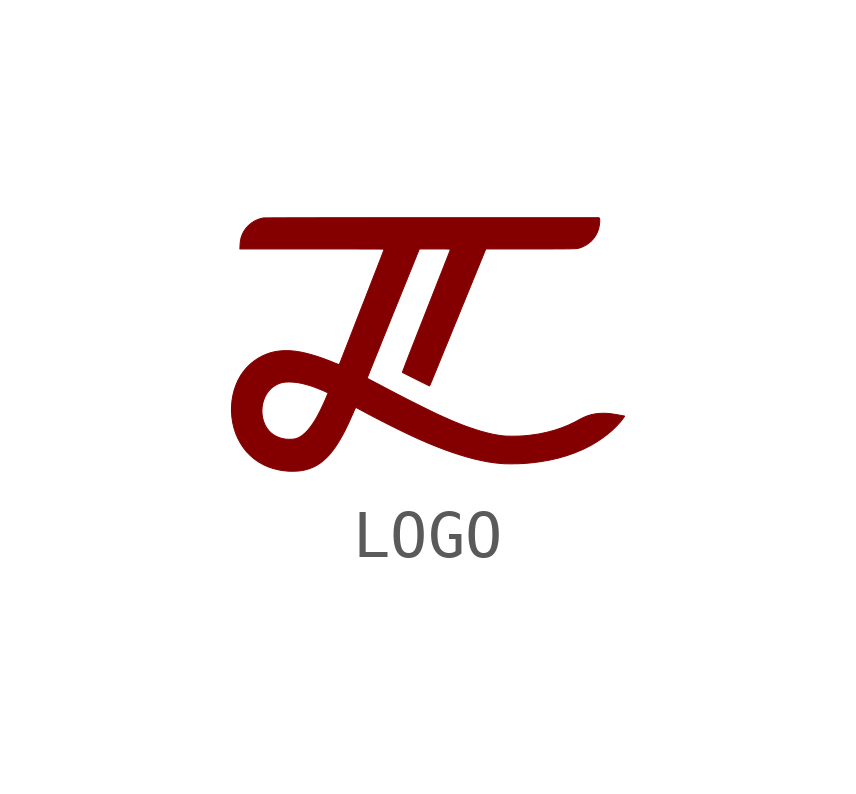
<source format=kicad_sym>
(kicad_symbol_lib
  (version 20210619)
  (generator bitmap2component)
  (symbol "LOGO"
    (pin_names
      (offset 1.016))
    (property "Reference" "#G"
      (at 0 3.913 0)
      (effects (font (size 1.27 1.27)) hide))
    (symbol "LOGO_0_0"
      (polyline (pts (xy -2.697 -2.714) (xy -2.652 -2.712) (xy -2.611 -2.709) (xy -2.578 -2.705) (xy -2.492 -2.689) (xy -2.401 -2.663) (xy -2.316 -2.629) (xy -2.236 -2.587) (xy -2.159 -2.535) (xy -2.151 -2.529) (xy -2.093 -2.481) (xy -2.036 -2.428) (xy -1.981 -2.37) (xy -1.927 -2.304) (xy -1.873 -2.232) (xy -1.819 -2.153) (xy -1.765 -2.065) (xy -1.711 -1.97) (xy -1.656 -1.866) (xy -1.6 -1.752) (xy -1.544 -1.629) (xy -1.485 -1.497) (xy -1.479 -1.482) (xy -1.466 -1.452) (xy -1.454 -1.426) (xy -1.444 -1.405) (xy -1.438 -1.392) (xy -1.434 -1.387) (xy -1.431 -1.387) (xy -1.42 -1.392) (xy -1.403 -1.4) (xy -1.383 -1.411) (xy -1.34 -1.434) (xy -1.195 -1.512) (xy -1.051 -1.588) (xy -0.908 -1.662) (xy -0.768 -1.733) (xy -0.631 -1.802) (xy -0.499 -1.867) (xy -0.372 -1.928) (xy -0.252 -1.985) (xy -0.14 -2.036) (xy -0.13 -2.041) (xy 0.049 -2.119) (xy 0.225 -2.192) (xy 0.396 -2.258) (xy 0.562 -2.318) (xy 0.724 -2.371) (xy 0.88 -2.418) (xy 1.031 -2.459) (xy 1.176 -2.492) (xy 1.313 -2.519) (xy 1.444 -2.539) (xy 1.568 -2.552) (xy 1.569 -2.552) (xy 1.594 -2.554) (xy 1.618 -2.556) (xy 1.637 -2.558) (xy 1.639 -2.558) (xy 1.655 -2.559) (xy 1.679 -2.56) (xy 1.71 -2.56) (xy 1.747 -2.561) (xy 1.787 -2.561) (xy 1.828 -2.561) (xy 1.869 -2.56) (xy 1.909 -2.56) (xy 1.944 -2.559) (xy 1.975 -2.558) (xy 1.998 -2.557) (xy 2.037 -2.555) (xy 2.073 -2.553) (xy 2.104 -2.551) (xy 2.132 -2.549) (xy 2.159 -2.546) (xy 2.188 -2.544) (xy 2.222 -2.54) (xy 2.264 -2.536) (xy 2.428 -2.514) (xy 2.61 -2.482) (xy 2.785 -2.442) (xy 2.955 -2.393) (xy 3.12 -2.335) (xy 3.279 -2.269) (xy 3.343 -2.239) (xy 3.464 -2.176) (xy 3.58 -2.107) (xy 3.692 -2.033) (xy 3.797 -1.955) (xy 3.896 -1.873) (xy 3.986 -1.787) (xy 4.067 -1.7) (xy 4.074 -1.692) (xy 4.093 -1.669) (xy 4.112 -1.645) (xy 4.129 -1.622) (xy 4.144 -1.601) (xy 4.156 -1.584) (xy 4.164 -1.572) (xy 4.165 -1.567) (xy 4.165 -1.567) (xy 4.156 -1.565) (xy 4.138 -1.561) (xy 4.114 -1.557) (xy 4.083 -1.551) (xy 4.047 -1.545) (xy 4.008 -1.538) (xy 3.971 -1.532) (xy 3.93 -1.525) (xy 3.896 -1.52) (xy 3.866 -1.516) (xy 3.839 -1.513) (xy 3.813 -1.511) (xy 3.786 -1.51) (xy 3.756 -1.509) (xy 3.749 -1.508) (xy 3.653 -1.51) (xy 3.562 -1.519) (xy 3.476 -1.536) (xy 3.391 -1.562) (xy 3.307 -1.597) (xy 3.221 -1.641) (xy 3.139 -1.686) (xy 2.998 -1.754) (xy 2.853 -1.812) (xy 2.703 -1.862) (xy 2.547 -1.904) (xy 2.385 -1.938) (xy 2.363 -1.942) (xy 2.328 -1.947) (xy 2.288 -1.953) (xy 2.248 -1.958) (xy 2.208 -1.964) (xy 2.174 -1.968) (xy 2.147 -1.97) (xy 2.146 -1.97) (xy 2.124 -1.972) (xy 2.107 -1.974) (xy 2.095 -1.975) (xy 2.083 -1.977) (xy 2.054 -1.979) (xy 2.018 -1.981) (xy 1.975 -1.983) (xy 1.928 -1.984) (xy 1.879 -1.985) (xy 1.829 -1.985) (xy 1.781 -1.985) (xy 1.735 -1.984) (xy 1.694 -1.983) (xy 1.66 -1.981) (xy 1.634 -1.979) (xy 1.522 -1.963) (xy 1.409 -1.942) (xy 1.295 -1.915) (xy 1.177 -1.883) (xy 1.053 -1.845) (xy 1.052 -1.844) (xy 0.965 -1.815) (xy 0.879 -1.785) (xy 0.793 -1.753) (xy 0.705 -1.718) (xy 0.613 -1.681) (xy 0.517 -1.639) (xy 0.414 -1.594) (xy 0.304 -1.544) (xy 0.299 -1.542) (xy 0.26 -1.524) (xy 0.211 -1.501) (xy 0.157 -1.474) (xy 0.096 -1.444) (xy 0.03 -1.412) (xy -0.039 -1.378) (xy -0.111 -1.342) (xy -0.184 -1.305) (xy -0.258 -1.268) (xy -0.33 -1.232) (xy -0.401 -1.196) (xy -0.468 -1.161) (xy -0.532 -1.128) (xy -0.59 -1.098) (xy -0.597 -1.094) (xy -0.624 -1.08) (xy -0.656 -1.063) (xy -0.693 -1.044) (xy -0.73 -1.024) (xy -0.767 -1.005) (xy -0.785 -0.995) (xy -0.819 -0.978) (xy -0.85 -0.961) (xy -0.877 -0.947) (xy -0.898 -0.936) (xy -0.912 -0.928) (xy -0.923 -0.923) (xy -0.943 -0.912) (xy -0.969 -0.898) (xy -1 -0.882) (xy -1.034 -0.865) (xy -1.069 -0.846) (xy -1.103 -0.829) (xy -1.133 -0.813) (xy -1.158 -0.799) (xy -1.178 -0.788) (xy -1.191 -0.781) (xy -1.195 -0.777) (xy -1.193 -0.772) (xy -1.188 -0.757) (xy -1.179 -0.735) (xy -1.168 -0.706) (xy -1.154 -0.671) (xy -1.138 -0.631) (xy -1.121 -0.588) (xy -1.102 -0.541) (xy -1.099 -0.533) (xy -1.075 -0.475) (xy -1.05 -0.411) (xy -1.023 -0.345) (xy -0.996 -0.279) (xy -0.97 -0.215) (xy -0.946 -0.155) (xy -0.925 -0.103) (xy -0.919 -0.088) (xy -0.887 -0.007) (xy -0.854 0.073) (xy -0.822 0.152) (xy -0.789 0.233) (xy -0.755 0.317) (xy -0.719 0.406) (xy -0.681 0.502) (xy -0.639 0.606) (xy -0.627 0.634) (xy -0.603 0.694) (xy -0.577 0.758) (xy -0.549 0.827) (xy -0.52 0.899) (xy -0.49 0.973) (xy -0.459 1.049) (xy -0.428 1.125) (xy -0.397 1.202) (xy -0.366 1.277) (xy -0.337 1.351) (xy -0.308 1.422) (xy -0.28 1.49) (xy -0.254 1.554) (xy -0.23 1.613) (xy -0.209 1.666) (xy -0.19 1.712) (xy -0.174 1.752) (xy -0.162 1.783) (xy -0.153 1.805) (xy -0.108 1.914) (xy 0.291 1.914) (xy 0.356 1.914) (xy 0.411 1.914) (xy 0.457 1.913) (xy 0.493 1.912) (xy 0.519 1.911) (xy 0.534 1.91) (xy 0.539 1.909) (xy 0.539 1.907) (xy 0.536 1.897) (xy 0.529 1.88) (xy 0.521 1.857) (xy 0.511 1.831) (xy 0.507 1.82) (xy 0.501 1.806) (xy 0.495 1.791) (xy 0.489 1.774) (xy 0.481 1.755) (xy 0.472 1.733) (xy 0.463 1.708) (xy 0.451 1.679) (xy 0.438 1.646) (xy 0.423 1.608) (xy 0.406 1.564) (xy 0.387 1.515) (xy 0.365 1.459) (xy 0.34 1.397) (xy 0.313 1.327) (xy 0.282 1.25) (xy 0.248 1.164) (xy 0.211 1.069) (xy 0.17 0.965) (xy 0.161 0.941) (xy 0.131 0.865) (xy 0.098 0.781) (xy 0.062 0.691) (xy 0.025 0.596) (xy -0.014 0.497) (xy -0.053 0.397) (xy -0.093 0.296) (xy -0.132 0.197) (xy -0.17 0.1) (xy -0.206 0.008) (xy -0.24 -0.079) (xy -0.256 -0.119) (xy -0.284 -0.192) (xy -0.312 -0.262) (xy -0.338 -0.328) (xy -0.361 -0.39) (xy -0.384 -0.447) (xy -0.403 -0.498) (xy -0.42 -0.544) (xy -0.435 -0.582) (xy -0.447 -0.613) (xy -0.455 -0.636) (xy -0.46 -0.651) (xy -0.462 -0.656) (xy -0.459 -0.658) (xy -0.449 -0.663) (xy -0.431 -0.673) (xy -0.406 -0.685) (xy -0.375 -0.701) (xy -0.339 -0.719) (xy -0.299 -0.739) (xy -0.257 -0.76) (xy -0.213 -0.782) (xy -0.168 -0.805) (xy -0.123 -0.827) (xy -0.08 -0.849) (xy -0.039 -0.869) (xy -0.001 -0.887) (xy 0.032 -0.904) (xy 0.06 -0.918) (xy 0.082 -0.928) (xy 0.096 -0.935) (xy 0.102 -0.938) (xy 0.102 -0.937) (xy 0.106 -0.931) (xy 0.114 -0.916) (xy 0.124 -0.895) (xy 0.135 -0.868) (xy 0.148 -0.838) (xy 0.148 -0.837) (xy 0.157 -0.816) (xy 0.169 -0.787) (xy 0.184 -0.75) (xy 0.202 -0.705) (xy 0.223 -0.655) (xy 0.246 -0.599) (xy 0.271 -0.538) (xy 0.297 -0.474) (xy 0.324 -0.408) (xy 0.352 -0.339) (xy 0.381 -0.27) (xy 0.404 -0.212) (xy 0.434 -0.138) (xy 0.465 -0.065) (xy 0.495 0.008) (xy 0.524 0.079) (xy 0.552 0.147) (xy 0.578 0.211) (xy 0.602 0.27) (xy 0.623 0.322) (xy 0.641 0.366) (xy 0.656 0.402) (xy 0.672 0.44) (xy 0.694 0.494) (xy 0.718 0.554) (xy 0.745 0.618) (xy 0.771 0.684) (xy 0.798 0.75) (xy 0.825 0.813) (xy 0.849 0.873) (xy 0.867 0.918) (xy 0.895 0.985) (xy 0.924 1.056) (xy 0.953 1.127) (xy 0.983 1.2) (xy 1.012 1.272) (xy 1.041 1.342) (xy 1.069 1.41) (xy 1.095 1.474) (xy 1.12 1.534) (xy 1.142 1.588) (xy 1.161 1.635) (xy 1.19 1.706) (xy 1.19 1.706) (xy 1.204 1.74) (xy 1.22 1.778) (xy 1.235 1.815) (xy 1.248 1.847) (xy 1.276 1.914) (xy 2.451 1.914) (xy 2.548 1.914) (xy 2.636 1.914) (xy 2.715 1.915) (xy 2.786 1.915) (xy 2.849 1.915) (xy 2.906 1.915) (xy 2.956 1.916) (xy 3 1.916) (xy 3.038 1.917) (xy 3.072 1.918) (xy 3.1 1.919) (xy 3.125 1.92) (xy 3.146 1.921) (xy 3.163 1.922) (xy 3.178 1.924) (xy 3.191 1.926) (xy 3.202 1.928) (xy 3.212 1.93) (xy 3.221 1.933) (xy 3.231 1.936) (xy 3.24 1.939) (xy 3.25 1.942) (xy 3.285 1.956) (xy 3.354 1.99) (xy 3.417 2.032) (xy 3.474 2.081) (xy 3.524 2.137) (xy 3.566 2.198) (xy 3.6 2.265) (xy 3.625 2.335) (xy 3.64 2.409) (xy 3.644 2.44) (xy 3.648 2.482) (xy 3.648 2.516) (xy 3.646 2.539) (xy 3.64 2.553) (xy 3.631 2.565) (xy 0.153 2.565) (xy -0.09 2.565) (xy -0.322 2.565) (xy -0.545 2.565) (xy -0.761 2.565) (xy -0.97 2.565) (xy -1.17 2.565) (xy -1.363 2.564) (xy -1.548 2.564) (xy -1.724 2.564) (xy -1.892 2.564) (xy -2.052 2.564) (xy -2.203 2.564) (xy -2.345 2.563) (xy -2.479 2.563) (xy -2.603 2.563) (xy -2.719 2.563) (xy -2.825 2.563) (xy -2.922 2.562) (xy -3.01 2.562) (xy -3.087 2.562) (xy -3.156 2.562) (xy -3.214 2.561) (xy -3.263 2.561) (xy -3.301 2.561) (xy -3.329 2.56) (xy -3.347 2.56) (xy -3.354 2.56) (xy -3.395 2.552) (xy -3.469 2.529) (xy -3.538 2.497) (xy -3.603 2.456) (xy -3.663 2.405) (xy -3.672 2.396) (xy -3.724 2.339) (xy -3.765 2.279) (xy -3.797 2.216) (xy -3.821 2.148) (xy -3.836 2.075) (xy -3.843 1.995) (xy -3.846 1.914) (xy -2.111 1.914) (xy -1.962 1.914) (xy -1.822 1.914) (xy -1.69 1.914) (xy -1.567 1.914) (xy -1.454 1.914) (xy -1.349 1.913) (xy -1.254 1.913) (xy -1.169 1.913) (xy -1.093 1.913) (xy -1.027 1.912) (xy -0.971 1.912) (xy -0.924 1.911) (xy -0.888 1.911) (xy -0.862 1.91) (xy -0.846 1.91) (xy -0.841 1.909) (xy -0.842 1.904) (xy -0.848 1.89) (xy -0.856 1.868) (xy -0.868 1.838) (xy -0.882 1.801) (xy -0.898 1.758) (xy -0.917 1.71) (xy -0.937 1.658) (xy -0.959 1.602) (xy -0.982 1.543) (xy -0.985 1.533) (xy -1.012 1.465) (xy -1.04 1.393) (xy -1.069 1.319) (xy -1.097 1.246) (xy -1.125 1.174) (xy -1.152 1.105) (xy -1.177 1.04) (xy -1.2 0.983) (xy -1.219 0.933) (xy -1.222 0.926) (xy -1.24 0.879) (xy -1.261 0.824) (xy -1.286 0.762) (xy -1.312 0.695) (xy -1.34 0.624) (xy -1.369 0.549) (xy -1.398 0.474) (xy -1.428 0.398) (xy -1.457 0.323) (xy -1.485 0.251) (xy -1.497 0.219) (xy -1.524 0.15) (xy -1.551 0.081) (xy -1.578 0.013) (xy -1.603 -0.052) (xy -1.627 -0.114) (xy -1.65 -0.172) (xy -1.67 -0.224) (xy -1.688 -0.269) (xy -1.702 -0.307) (xy -1.714 -0.336) (xy -1.72 -0.353) (xy -1.735 -0.39) (xy -1.748 -0.423) (xy -1.759 -0.451) (xy -1.768 -0.473) (xy -1.774 -0.488) (xy -1.777 -0.494) (xy -1.778 -0.494) (xy -1.787 -0.492) (xy -1.803 -0.487) (xy -1.825 -0.479) (xy -1.853 -0.468) (xy -1.883 -0.456) (xy -1.966 -0.422) (xy -2.106 -0.369) (xy -2.238 -0.323) (xy -2.365 -0.285) (xy -2.484 -0.254) (xy -2.598 -0.23) (xy -2.705 -0.214) (xy -2.807 -0.205) (xy -2.903 -0.204) (xy -2.946 -0.205) (xy -3.039 -0.213) (xy -3.126 -0.227) (xy -3.21 -0.248) (xy -3.293 -0.277) (xy -3.377 -0.314) (xy -3.458 -0.358) (xy -3.547 -0.417) (xy -3.629 -0.483) (xy -3.704 -0.557) (xy -3.771 -0.637) (xy -3.832 -0.725) (xy -3.884 -0.819) (xy -3.928 -0.919) (xy -3.965 -1.024) (xy -3.992 -1.135) (xy -4.011 -1.25) (xy -4.019 -1.34) (xy -4.022 -1.461) (xy -4.022 -1.462) (xy -3.388 -1.462) (xy -3.384 -1.385) (xy -3.372 -1.31) (xy -3.352 -1.238) (xy -3.325 -1.17) (xy -3.291 -1.106) (xy -3.249 -1.048) (xy -3.201 -0.996) (xy -3.146 -0.951) (xy -3.085 -0.914) (xy -3.075 -0.909) (xy -3.029 -0.888) (xy -2.983 -0.873) (xy -2.937 -0.863) (xy -2.885 -0.858) (xy -2.826 -0.856) (xy -2.811 -0.856) (xy -2.728 -0.86) (xy -2.644 -0.87) (xy -2.555 -0.886) (xy -2.462 -0.91) (xy -2.362 -0.94) (xy -2.351 -0.943) (xy -2.323 -0.953) (xy -2.29 -0.965) (xy -2.254 -0.979) (xy -2.216 -0.994) (xy -2.178 -1.009) (xy -2.141 -1.024) (xy -2.106 -1.039) (xy -2.075 -1.053) (xy -2.048 -1.065) (xy -2.028 -1.075) (xy -2.014 -1.082) (xy -2.01 -1.086) (xy -2.011 -1.092) (xy -2.017 -1.106) (xy -2.026 -1.127) (xy -2.037 -1.153) (xy -2.05 -1.184) (xy -2.064 -1.217) (xy -2.079 -1.251) (xy -2.094 -1.285) (xy -2.119 -1.339) (xy -2.172 -1.451) (xy -2.225 -1.553) (xy -2.277 -1.645) (xy -2.329 -1.726) (xy -2.381 -1.798) (xy -2.432 -1.861) (xy -2.483 -1.914) (xy -2.501 -1.93) (xy -2.544 -1.966) (xy -2.586 -1.995) (xy -2.629 -2.018) (xy -2.676 -2.036) (xy -2.696 -2.041) (xy -2.727 -2.046) (xy -2.763 -2.049) (xy -2.802 -2.05) (xy -2.842 -2.05) (xy -2.879 -2.048) (xy -2.911 -2.044) (xy -2.915 -2.044) (xy -2.994 -2.026) (xy -3.066 -1.999) (xy -3.132 -1.965) (xy -3.191 -1.923) (xy -3.242 -1.873) (xy -3.286 -1.815) (xy -3.323 -1.75) (xy -3.352 -1.679) (xy -3.369 -1.617) (xy -3.383 -1.539) (xy -3.388 -1.462) (xy -4.022 -1.462) (xy -4.014 -1.581) (xy -3.997 -1.699) (xy -3.97 -1.814) (xy -3.934 -1.926) (xy -3.888 -2.033) (xy -3.834 -2.132) (xy -3.773 -2.226) (xy -3.704 -2.312) (xy -3.627 -2.39) (xy -3.545 -2.461) (xy -3.455 -2.523) (xy -3.36 -2.577) (xy -3.259 -2.623) (xy -3.153 -2.659) (xy -3.042 -2.686) (xy -3.038 -2.687) (xy -3.004 -2.693) (xy -2.975 -2.699) (xy -2.947 -2.703) (xy -2.918 -2.706) (xy -2.885 -2.709) (xy -2.844 -2.713) (xy -2.83 -2.714) (xy -2.789 -2.715) (xy -2.744 -2.715) (xy -2.697 -2.714)) (stroke (width 0.01)) (fill (type outline))))))
</source>
